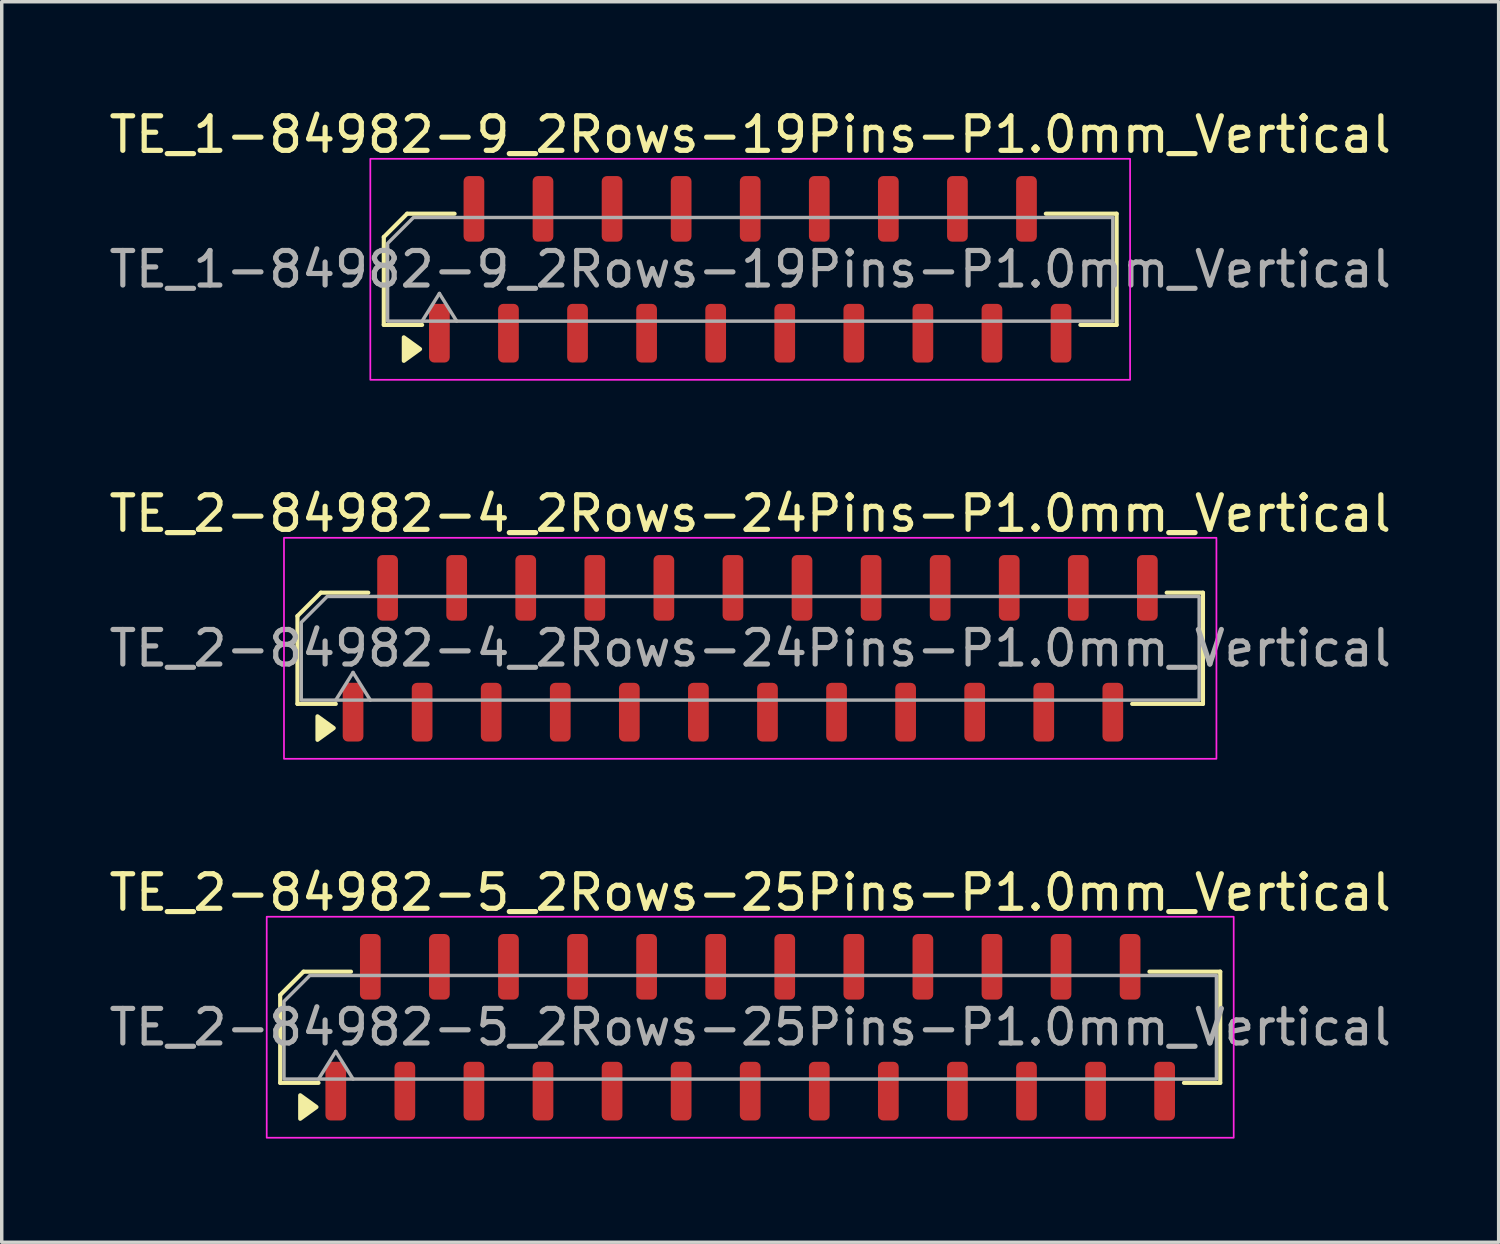
<source format=kicad_pcb>
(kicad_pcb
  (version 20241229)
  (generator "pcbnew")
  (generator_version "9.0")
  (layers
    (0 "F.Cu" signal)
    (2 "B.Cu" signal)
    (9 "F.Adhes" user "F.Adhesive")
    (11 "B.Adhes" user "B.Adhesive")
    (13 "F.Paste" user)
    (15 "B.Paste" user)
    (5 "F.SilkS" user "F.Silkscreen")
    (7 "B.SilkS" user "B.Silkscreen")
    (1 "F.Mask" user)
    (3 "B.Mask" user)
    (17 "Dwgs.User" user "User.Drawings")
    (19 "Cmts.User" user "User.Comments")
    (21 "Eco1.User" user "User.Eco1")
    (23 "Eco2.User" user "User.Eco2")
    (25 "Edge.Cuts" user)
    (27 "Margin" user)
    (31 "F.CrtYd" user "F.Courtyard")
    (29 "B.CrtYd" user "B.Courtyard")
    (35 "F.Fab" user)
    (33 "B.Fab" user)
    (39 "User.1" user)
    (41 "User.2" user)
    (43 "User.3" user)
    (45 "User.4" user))
  (footprint "TE_2-84982-5_2Rows-25Pins-P1.0mm_Vertical"
    (layer "F.Cu")
    (at 18.673 26.695)
    (property "Reference" "TE_2-84982-5_2Rows-25Pins-P1.0mm_Vertical" (at 0 -3.9 0) (layer "F.SilkS") (effects (font (size 1 1) (thickness 0.15))))
    (attr smd)
    (fp_line (start -13.61 -0.934) (end -13.61 1.61) (stroke (width 0.12) (type solid)) (layer "F.SilkS"))
    (fp_line (start -13.61 1.61) (end -12.5 1.61) (stroke (width 0.12) (type solid)) (layer "F.SilkS"))
    (fp_line (start -12.934 -1.61) (end -13.61 -0.934) (stroke (width 0.12) (type solid)) (layer "F.SilkS"))
    (fp_line (start -11.56 -1.61) (end -12.934 -1.61) (stroke (width 0.12) (type solid)) (layer "F.SilkS"))
    (fp_line (start 12.56 1.61) (end 13.61 1.61) (stroke (width 0.12) (type solid)) (layer "F.SilkS"))
    (fp_line (start 13.61 -1.61) (end 11.56 -1.61) (stroke (width 0.12) (type solid)) (layer "F.SilkS"))
    (fp_line (start 13.61 1.61) (end 13.61 -1.61) (stroke (width 0.12) (type solid)) (layer "F.SilkS"))
    (fp_poly (pts (xy -12.56 2.31) (xy -13.03 2.65) (xy -13.03 1.97)) (stroke (width 0.12) (type solid)) (fill yes) (layer "F.SilkS"))
    (fp_rect (start -14 3.2) (end 14 -3.2) (stroke (width 0.05) (type solid)) (fill no) (layer "F.CrtYd"))
    (fp_line (start -12.5 1.5) (end -12 0.7) (stroke (width 0.1) (type solid)) (layer "F.Fab"))
    (fp_line (start -12 0.7) (end -11.5 1.5) (stroke (width 0.1) (type solid)) (layer "F.Fab"))
    (fp_poly (pts (xy -13.5 -0.75) (xy -13.5 1.5) (xy 13.5 1.5) (xy 13.5 -1.5) (xy -12.75 -1.5)) (stroke (width 0.1) (type solid)) (fill no) (layer "F.Fab"))
    (fp_text user "${REFERENCE}" (at 0 0 0) (layer "F.Fab") (effects (font (size 1 1) (thickness 0.15))))
    (pad "1" smd roundrect (at -12 1.85) (size 0.6 1.7) (layers "F.Cu" "F.Mask" "F.Paste") (roundrect_rratio 0.25))
    (pad "2" smd roundrect (at -11 -1.75) (size 0.6 1.9) (layers "F.Cu" "F.Mask" "F.Paste") (roundrect_rratio 0.25))
    (pad "3" smd roundrect (at -10 1.85) (size 0.6 1.7) (layers "F.Cu" "F.Mask" "F.Paste") (roundrect_rratio 0.25))
    (pad "4" smd roundrect (at -9 -1.75) (size 0.6 1.9) (layers "F.Cu" "F.Mask" "F.Paste") (roundrect_rratio 0.25))
    (pad "5" smd roundrect (at -8 1.85) (size 0.6 1.7) (layers "F.Cu" "F.Mask" "F.Paste") (roundrect_rratio 0.25))
    (pad "6" smd roundrect (at -7 -1.75) (size 0.6 1.9) (layers "F.Cu" "F.Mask" "F.Paste") (roundrect_rratio 0.25))
    (pad "7" smd roundrect (at -6 1.85) (size 0.6 1.7) (layers "F.Cu" "F.Mask" "F.Paste") (roundrect_rratio 0.25))
    (pad "8" smd roundrect (at -5 -1.75) (size 0.6 1.9) (layers "F.Cu" "F.Mask" "F.Paste") (roundrect_rratio 0.25))
    (pad "9" smd roundrect (at -4 1.85) (size 0.6 1.7) (layers "F.Cu" "F.Mask" "F.Paste") (roundrect_rratio 0.25))
    (pad "10" smd roundrect (at -3 -1.75) (size 0.6 1.9) (layers "F.Cu" "F.Mask" "F.Paste") (roundrect_rratio 0.25))
    (pad "11" smd roundrect (at -2 1.85) (size 0.6 1.7) (layers "F.Cu" "F.Mask" "F.Paste") (roundrect_rratio 0.25))
    (pad "12" smd roundrect (at -1 -1.75) (size 0.6 1.9) (layers "F.Cu" "F.Mask" "F.Paste") (roundrect_rratio 0.25))
    (pad "13" smd roundrect (at 0 1.85) (size 0.6 1.7) (layers "F.Cu" "F.Mask" "F.Paste") (roundrect_rratio 0.25))
    (pad "14" smd roundrect (at 1 -1.75) (size 0.6 1.9) (layers "F.Cu" "F.Mask" "F.Paste") (roundrect_rratio 0.25))
    (pad "15" smd roundrect (at 2 1.85) (size 0.6 1.7) (layers "F.Cu" "F.Mask" "F.Paste") (roundrect_rratio 0.25))
    (pad "16" smd roundrect (at 3 -1.75) (size 0.6 1.9) (layers "F.Cu" "F.Mask" "F.Paste") (roundrect_rratio 0.25))
    (pad "17" smd roundrect (at 4 1.85) (size 0.6 1.7) (layers "F.Cu" "F.Mask" "F.Paste") (roundrect_rratio 0.25))
    (pad "18" smd roundrect (at 5 -1.75) (size 0.6 1.9) (layers "F.Cu" "F.Mask" "F.Paste") (roundrect_rratio 0.25))
    (pad "19" smd roundrect (at 6 1.85) (size 0.6 1.7) (layers "F.Cu" "F.Mask" "F.Paste") (roundrect_rratio 0.25))
    (pad "20" smd roundrect (at 7 -1.75) (size 0.6 1.9) (layers "F.Cu" "F.Mask" "F.Paste") (roundrect_rratio 0.25))
    (pad "21" smd roundrect (at 8 1.85) (size 0.6 1.7) (layers "F.Cu" "F.Mask" "F.Paste") (roundrect_rratio 0.25))
    (pad "22" smd roundrect (at 9 -1.75) (size 0.6 1.9) (layers "F.Cu" "F.Mask" "F.Paste") (roundrect_rratio 0.25))
    (pad "23" smd roundrect (at 10 1.85) (size 0.6 1.7) (layers "F.Cu" "F.Mask" "F.Paste") (roundrect_rratio 0.25))
    (pad "24" smd roundrect (at 11 -1.75) (size 0.6 1.9) (layers "F.Cu" "F.Mask" "F.Paste") (roundrect_rratio 0.25))
    (pad "25" smd roundrect (at 12 1.85) (size 0.6 1.7) (layers "F.Cu" "F.Mask" "F.Paste") (roundrect_rratio 0.25)))
  (footprint "TE_1-84982-9_2Rows-19Pins-P1.0mm_Vertical"
    (layer "F.Cu")
    (at 18.673 4.748)
    (property "Reference" "TE_1-84982-9_2Rows-19Pins-P1.0mm_Vertical" (at 0 -3.9 0) (layer "F.SilkS") (effects (font (size 1 1) (thickness 0.15))))
    (attr smd)
    (fp_line (start -10.61 -0.934) (end -10.61 1.61) (stroke (width 0.12) (type solid)) (layer "F.SilkS"))
    (fp_line (start -10.61 1.61) (end -9.5 1.61) (stroke (width 0.12) (type solid)) (layer "F.SilkS"))
    (fp_line (start -9.934 -1.61) (end -10.61 -0.934) (stroke (width 0.12) (type solid)) (layer "F.SilkS"))
    (fp_line (start -8.56 -1.61) (end -9.934 -1.61) (stroke (width 0.12) (type solid)) (layer "F.SilkS"))
    (fp_line (start 9.56 1.61) (end 10.61 1.61) (stroke (width 0.12) (type solid)) (layer "F.SilkS"))
    (fp_line (start 10.61 -1.61) (end 8.56 -1.61) (stroke (width 0.12) (type solid)) (layer "F.SilkS"))
    (fp_line (start 10.61 1.61) (end 10.61 -1.61) (stroke (width 0.12) (type solid)) (layer "F.SilkS"))
    (fp_poly (pts (xy -9.56 2.31) (xy -10.03 2.65) (xy -10.03 1.97)) (stroke (width 0.12) (type solid)) (fill yes) (layer "F.SilkS"))
    (fp_rect (start -11 3.2) (end 11 -3.2) (stroke (width 0.05) (type solid)) (fill no) (layer "F.CrtYd"))
    (fp_line (start -9.5 1.5) (end -9 0.7) (stroke (width 0.1) (type solid)) (layer "F.Fab"))
    (fp_line (start -9 0.7) (end -8.5 1.5) (stroke (width 0.1) (type solid)) (layer "F.Fab"))
    (fp_poly (pts (xy -10.5 -0.75) (xy -10.5 1.5) (xy 10.5 1.5) (xy 10.5 -1.5) (xy -9.75 -1.5)) (stroke (width 0.1) (type solid)) (fill no) (layer "F.Fab"))
    (fp_text user "${REFERENCE}" (at 0 0 0) (layer "F.Fab") (effects (font (size 1 1) (thickness 0.15))))
    (pad "1" smd roundrect (at -9 1.85) (size 0.6 1.7) (layers "F.Cu" "F.Mask" "F.Paste") (roundrect_rratio 0.25))
    (pad "2" smd roundrect (at -8 -1.75) (size 0.6 1.9) (layers "F.Cu" "F.Mask" "F.Paste") (roundrect_rratio 0.25))
    (pad "3" smd roundrect (at -7 1.85) (size 0.6 1.7) (layers "F.Cu" "F.Mask" "F.Paste") (roundrect_rratio 0.25))
    (pad "4" smd roundrect (at -6 -1.75) (size 0.6 1.9) (layers "F.Cu" "F.Mask" "F.Paste") (roundrect_rratio 0.25))
    (pad "5" smd roundrect (at -5 1.85) (size 0.6 1.7) (layers "F.Cu" "F.Mask" "F.Paste") (roundrect_rratio 0.25))
    (pad "6" smd roundrect (at -4 -1.75) (size 0.6 1.9) (layers "F.Cu" "F.Mask" "F.Paste") (roundrect_rratio 0.25))
    (pad "7" smd roundrect (at -3 1.85) (size 0.6 1.7) (layers "F.Cu" "F.Mask" "F.Paste") (roundrect_rratio 0.25))
    (pad "8" smd roundrect (at -2 -1.75) (size 0.6 1.9) (layers "F.Cu" "F.Mask" "F.Paste") (roundrect_rratio 0.25))
    (pad "9" smd roundrect (at -1 1.85) (size 0.6 1.7) (layers "F.Cu" "F.Mask" "F.Paste") (roundrect_rratio 0.25))
    (pad "10" smd roundrect (at 0 -1.75) (size 0.6 1.9) (layers "F.Cu" "F.Mask" "F.Paste") (roundrect_rratio 0.25))
    (pad "11" smd roundrect (at 1 1.85) (size 0.6 1.7) (layers "F.Cu" "F.Mask" "F.Paste") (roundrect_rratio 0.25))
    (pad "12" smd roundrect (at 2 -1.75) (size 0.6 1.9) (layers "F.Cu" "F.Mask" "F.Paste") (roundrect_rratio 0.25))
    (pad "13" smd roundrect (at 3 1.85) (size 0.6 1.7) (layers "F.Cu" "F.Mask" "F.Paste") (roundrect_rratio 0.25))
    (pad "14" smd roundrect (at 4 -1.75) (size 0.6 1.9) (layers "F.Cu" "F.Mask" "F.Paste") (roundrect_rratio 0.25))
    (pad "15" smd roundrect (at 5 1.85) (size 0.6 1.7) (layers "F.Cu" "F.Mask" "F.Paste") (roundrect_rratio 0.25))
    (pad "16" smd roundrect (at 6 -1.75) (size 0.6 1.9) (layers "F.Cu" "F.Mask" "F.Paste") (roundrect_rratio 0.25))
    (pad "17" smd roundrect (at 7 1.85) (size 0.6 1.7) (layers "F.Cu" "F.Mask" "F.Paste") (roundrect_rratio 0.25))
    (pad "18" smd roundrect (at 8 -1.75) (size 0.6 1.9) (layers "F.Cu" "F.Mask" "F.Paste") (roundrect_rratio 0.25))
    (pad "19" smd roundrect (at 9 1.85) (size 0.6 1.7) (layers "F.Cu" "F.Mask" "F.Paste") (roundrect_rratio 0.25)))
  (footprint "TE_2-84982-4_2Rows-24Pins-P1.0mm_Vertical"
    (layer "F.Cu")
    (at 18.673 15.722)
    (property "Reference" "TE_2-84982-4_2Rows-24Pins-P1.0mm_Vertical" (at 0 -3.9 0) (layer "F.SilkS") (effects (font (size 1 1) (thickness 0.15))))
    (attr smd)
    (fp_line (start -13.11 -0.934) (end -13.11 1.61) (stroke (width 0.12) (type solid)) (layer "F.SilkS"))
    (fp_line (start -13.11 1.61) (end -12 1.61) (stroke (width 0.12) (type solid)) (layer "F.SilkS"))
    (fp_line (start -12.434 -1.61) (end -13.11 -0.934) (stroke (width 0.12) (type solid)) (layer "F.SilkS"))
    (fp_line (start -11.06 -1.61) (end -12.434 -1.61) (stroke (width 0.12) (type solid)) (layer "F.SilkS"))
    (fp_line (start 11.06 1.61) (end 13.11 1.61) (stroke (width 0.12) (type solid)) (layer "F.SilkS"))
    (fp_line (start 13.11 -1.61) (end 12.06 -1.61) (stroke (width 0.12) (type solid)) (layer "F.SilkS"))
    (fp_line (start 13.11 1.61) (end 13.11 -1.61) (stroke (width 0.12) (type solid)) (layer "F.SilkS"))
    (fp_poly (pts (xy -12.06 2.31) (xy -12.53 2.65) (xy -12.53 1.97)) (stroke (width 0.12) (type solid)) (fill yes) (layer "F.SilkS"))
    (fp_rect (start -13.5 3.2) (end 13.5 -3.2) (stroke (width 0.05) (type solid)) (fill no) (layer "F.CrtYd"))
    (fp_line (start -12 1.5) (end -11.5 0.7) (stroke (width 0.1) (type solid)) (layer "F.Fab"))
    (fp_line (start -11.5 0.7) (end -11 1.5) (stroke (width 0.1) (type solid)) (layer "F.Fab"))
    (fp_poly (pts (xy -13 -0.75) (xy -13 1.5) (xy 13 1.5) (xy 13 -1.5) (xy -12.25 -1.5)) (stroke (width 0.1) (type solid)) (fill no) (layer "F.Fab"))
    (fp_text user "${REFERENCE}" (at 0 0 0) (layer "F.Fab") (effects (font (size 1 1) (thickness 0.15))))
    (pad "1" smd roundrect (at -11.5 1.85) (size 0.6 1.7) (layers "F.Cu" "F.Mask" "F.Paste") (roundrect_rratio 0.25))
    (pad "2" smd roundrect (at -10.5 -1.75) (size 0.6 1.9) (layers "F.Cu" "F.Mask" "F.Paste") (roundrect_rratio 0.25))
    (pad "3" smd roundrect (at -9.5 1.85) (size 0.6 1.7) (layers "F.Cu" "F.Mask" "F.Paste") (roundrect_rratio 0.25))
    (pad "4" smd roundrect (at -8.5 -1.75) (size 0.6 1.9) (layers "F.Cu" "F.Mask" "F.Paste") (roundrect_rratio 0.25))
    (pad "5" smd roundrect (at -7.5 1.85) (size 0.6 1.7) (layers "F.Cu" "F.Mask" "F.Paste") (roundrect_rratio 0.25))
    (pad "6" smd roundrect (at -6.5 -1.75) (size 0.6 1.9) (layers "F.Cu" "F.Mask" "F.Paste") (roundrect_rratio 0.25))
    (pad "7" smd roundrect (at -5.5 1.85) (size 0.6 1.7) (layers "F.Cu" "F.Mask" "F.Paste") (roundrect_rratio 0.25))
    (pad "8" smd roundrect (at -4.5 -1.75) (size 0.6 1.9) (layers "F.Cu" "F.Mask" "F.Paste") (roundrect_rratio 0.25))
    (pad "9" smd roundrect (at -3.5 1.85) (size 0.6 1.7) (layers "F.Cu" "F.Mask" "F.Paste") (roundrect_rratio 0.25))
    (pad "10" smd roundrect (at -2.5 -1.75) (size 0.6 1.9) (layers "F.Cu" "F.Mask" "F.Paste") (roundrect_rratio 0.25))
    (pad "11" smd roundrect (at -1.5 1.85) (size 0.6 1.7) (layers "F.Cu" "F.Mask" "F.Paste") (roundrect_rratio 0.25))
    (pad "12" smd roundrect (at -0.5 -1.75) (size 0.6 1.9) (layers "F.Cu" "F.Mask" "F.Paste") (roundrect_rratio 0.25))
    (pad "13" smd roundrect (at 0.5 1.85) (size 0.6 1.7) (layers "F.Cu" "F.Mask" "F.Paste") (roundrect_rratio 0.25))
    (pad "14" smd roundrect (at 1.5 -1.75) (size 0.6 1.9) (layers "F.Cu" "F.Mask" "F.Paste") (roundrect_rratio 0.25))
    (pad "15" smd roundrect (at 2.5 1.85) (size 0.6 1.7) (layers "F.Cu" "F.Mask" "F.Paste") (roundrect_rratio 0.25))
    (pad "16" smd roundrect (at 3.5 -1.75) (size 0.6 1.9) (layers "F.Cu" "F.Mask" "F.Paste") (roundrect_rratio 0.25))
    (pad "17" smd roundrect (at 4.5 1.85) (size 0.6 1.7) (layers "F.Cu" "F.Mask" "F.Paste") (roundrect_rratio 0.25))
    (pad "18" smd roundrect (at 5.5 -1.75) (size 0.6 1.9) (layers "F.Cu" "F.Mask" "F.Paste") (roundrect_rratio 0.25))
    (pad "19" smd roundrect (at 6.5 1.85) (size 0.6 1.7) (layers "F.Cu" "F.Mask" "F.Paste") (roundrect_rratio 0.25))
    (pad "20" smd roundrect (at 7.5 -1.75) (size 0.6 1.9) (layers "F.Cu" "F.Mask" "F.Paste") (roundrect_rratio 0.25))
    (pad "21" smd roundrect (at 8.5 1.85) (size 0.6 1.7) (layers "F.Cu" "F.Mask" "F.Paste") (roundrect_rratio 0.25))
    (pad "22" smd roundrect (at 9.5 -1.75) (size 0.6 1.9) (layers "F.Cu" "F.Mask" "F.Paste") (roundrect_rratio 0.25))
    (pad "23" smd roundrect (at 10.5 1.85) (size 0.6 1.7) (layers "F.Cu" "F.Mask" "F.Paste") (roundrect_rratio 0.25))
    (pad "24" smd roundrect (at 11.5 -1.75) (size 0.6 1.9) (layers "F.Cu" "F.Mask" "F.Paste") (roundrect_rratio 0.25)))
  (gr_rect
    (start -3 -3)
    (end 40.345 32.92)
    (stroke (width 0.1) (type default))
    (fill no)
    (layer "Edge.Cuts")))
</source>
